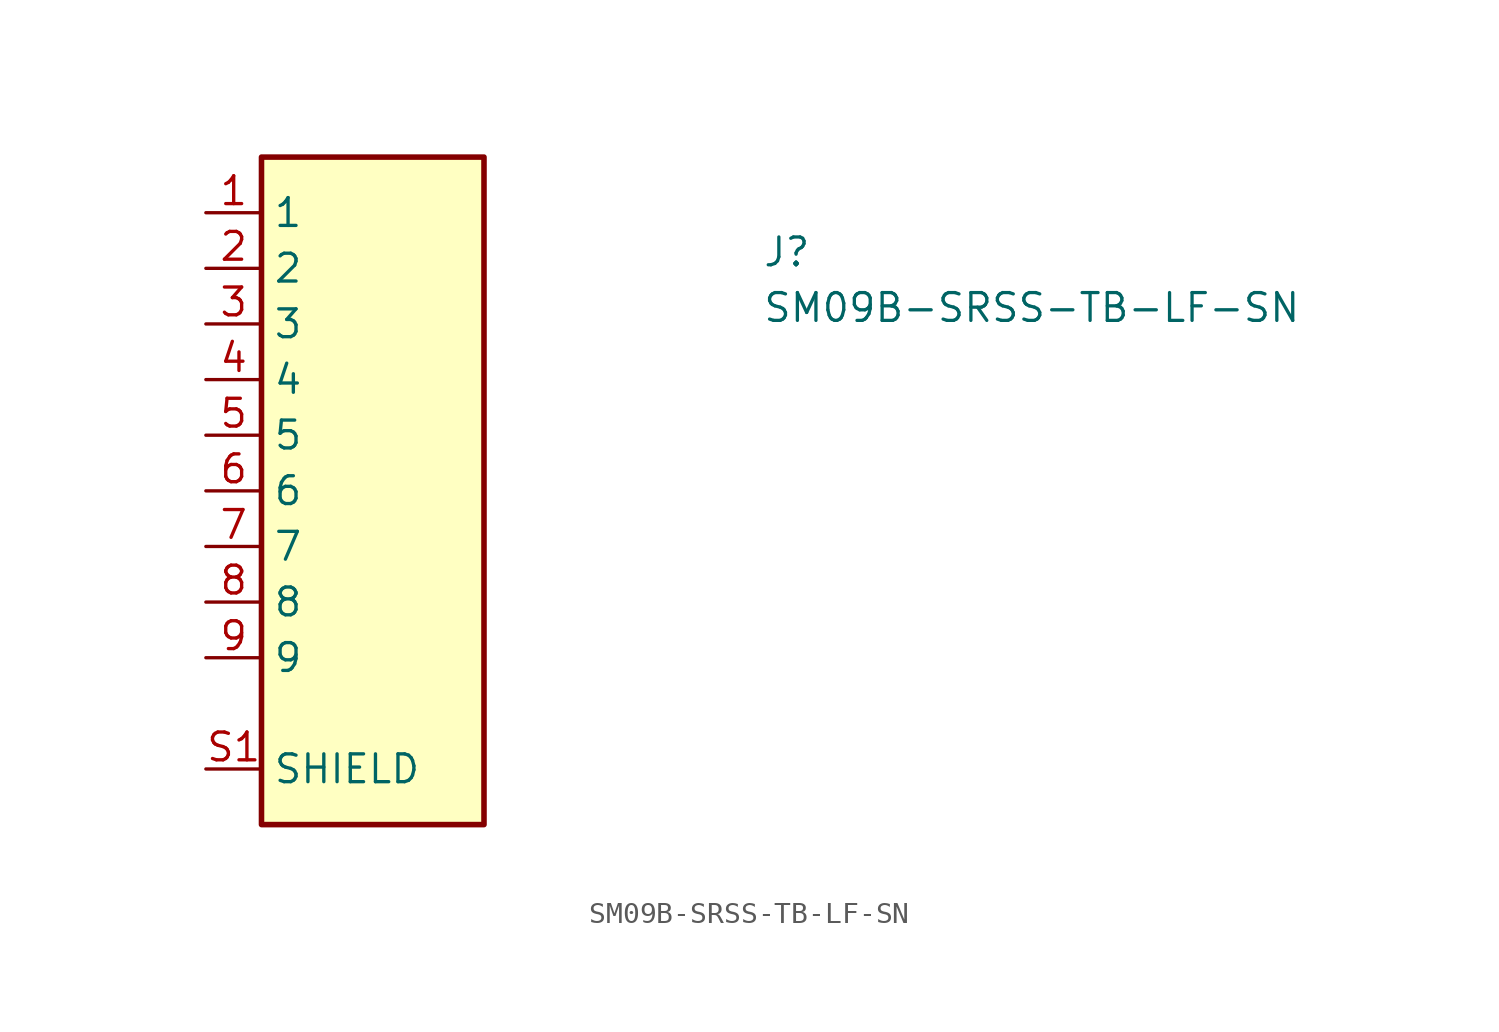
<source format=kicad_sym>
(kicad_symbol_lib
  (version 20211014)
  (generator kicad_symbol_editor)
  (symbol "SM09B-SRSS-TB-LF-SN"
    (property "Reference" "J"
      (at 25.4 -2.54 0)
      (effects (font (size 1.27 1.27) (thickness 0.15)) (justify left bottom)))
    (property "Value" "SM09B-SRSS-TB-LF-SN"
      (at 25.4 -5.08 0)
      (effects (font (size 1.27 1.27) (thickness 0.15)) (justify left bottom)))
    (symbol "SM09B-SRSS-TB-LF-SN_1_1"
      (rectangle (start 2.54 -27.94) (end 12.7 2.54) (stroke (width 0.254) (type default) (color 0 0 0 0)) (fill (type background)))
      (pin passive line (at 0 0 0) (length 2.54) (name "1" (effects (font (size 1.27 1.27)))) (number "1" (effects (font (size 1.27 1.27)))))
      (pin passive line (at 0 -2.54 0) (length 2.54) (name "2" (effects (font (size 1.27 1.27)))) (number "2" (effects (font (size 1.27 1.27)))))
      (pin passive line (at 0 -5.08 0) (length 2.54) (name "3" (effects (font (size 1.27 1.27)))) (number "3" (effects (font (size 1.27 1.27)))))
      (pin passive line (at 0 -7.62 0) (length 2.54) (name "4" (effects (font (size 1.27 1.27)))) (number "4" (effects (font (size 1.27 1.27)))))
      (pin passive line (at 0 -10.16 0) (length 2.54) (name "5" (effects (font (size 1.27 1.27)))) (number "5" (effects (font (size 1.27 1.27)))))
      (pin passive line (at 0 -12.7 0) (length 2.54) (name "6" (effects (font (size 1.27 1.27)))) (number "6" (effects (font (size 1.27 1.27)))))
      (pin passive line (at 0 -15.24 0) (length 2.54) (name "7" (effects (font (size 1.27 1.27)))) (number "7" (effects (font (size 1.27 1.27)))))
      (pin passive line (at 0 -17.78 0) (length 2.54) (name "8" (effects (font (size 1.27 1.27)))) (number "8" (effects (font (size 1.27 1.27)))))
      (pin passive line (at 0 -20.32 0) (length 2.54) (name "9" (effects (font (size 1.27 1.27)))) (number "9" (effects (font (size 1.27 1.27)))))
      (pin passive line (at 0 -25.4 0) (length 2.54) (name "SHIELD" (effects (font (size 1.27 1.27)))) (number "S1" (effects (font (size 1.27 1.27)))))
      (pin passive line (at 0 -25.4 0) (length 2.54) hide (name "SHIELD" (effects (font (size 1.27 1.27)))) (number "S2" (effects (font (size 1.27 1.27))))))))
</source>
